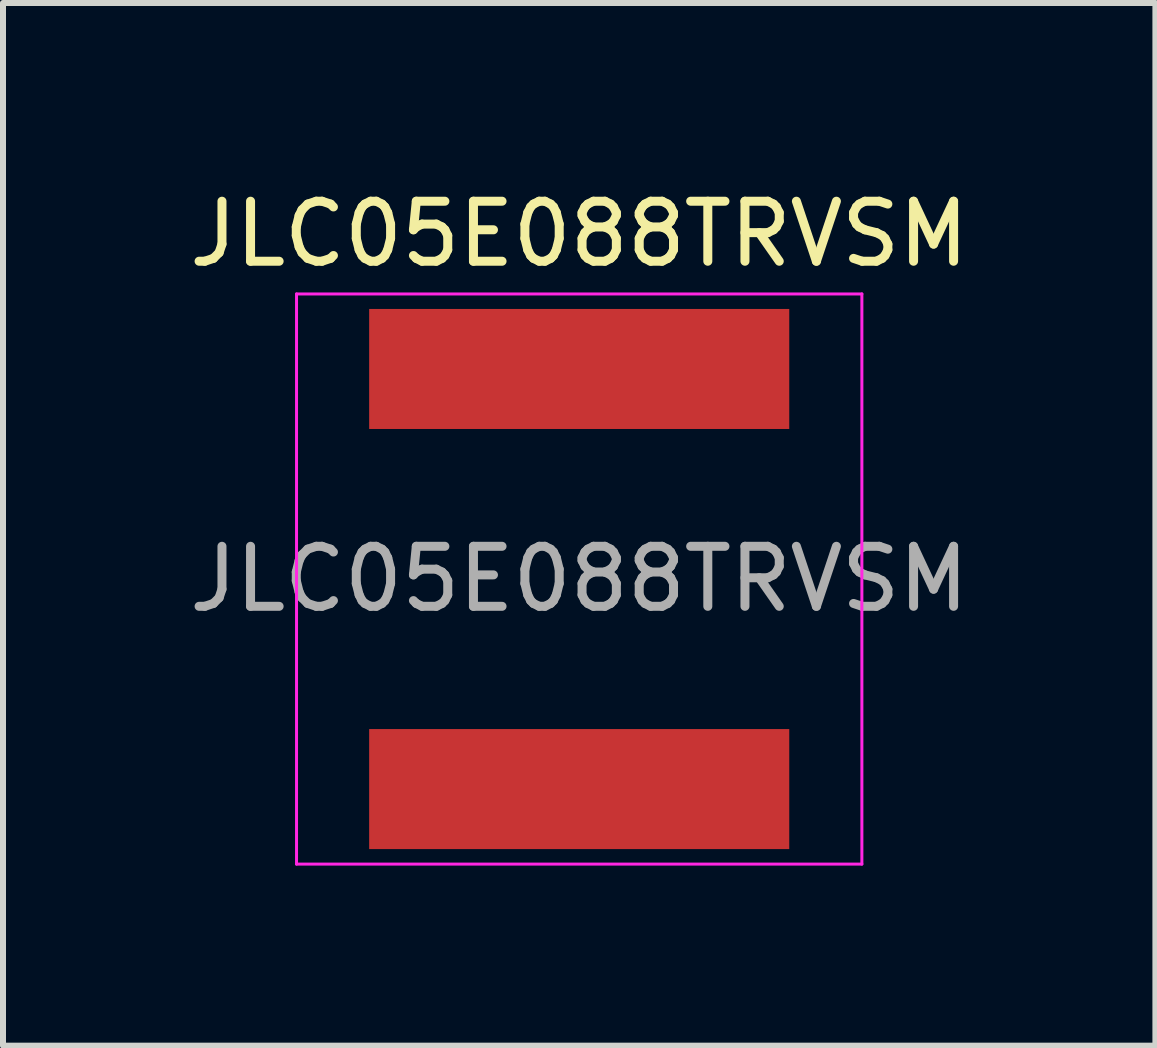
<source format=kicad_pcb>
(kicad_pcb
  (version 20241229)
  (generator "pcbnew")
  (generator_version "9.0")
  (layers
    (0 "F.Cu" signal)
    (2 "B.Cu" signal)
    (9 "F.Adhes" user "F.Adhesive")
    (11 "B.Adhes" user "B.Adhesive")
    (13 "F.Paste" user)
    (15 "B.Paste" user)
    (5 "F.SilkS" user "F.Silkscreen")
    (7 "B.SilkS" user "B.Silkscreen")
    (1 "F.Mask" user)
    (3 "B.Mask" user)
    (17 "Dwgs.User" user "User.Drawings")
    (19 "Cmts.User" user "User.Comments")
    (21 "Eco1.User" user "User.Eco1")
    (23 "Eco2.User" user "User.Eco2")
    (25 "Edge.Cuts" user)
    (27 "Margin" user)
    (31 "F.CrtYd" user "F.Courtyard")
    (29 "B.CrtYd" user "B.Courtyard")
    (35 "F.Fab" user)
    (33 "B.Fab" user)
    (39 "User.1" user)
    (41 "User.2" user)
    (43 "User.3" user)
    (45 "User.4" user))
  (footprint "JLC05E088TRVSM"
    (layer "F.Cu")
    (at 6.601 6.598)
    (property "Reference" "JLC05E088TRVSM" (at 0 -5.75 0) (layer "F.SilkS") (effects (font (size 1 1) (thickness 0.15))))
    (attr smd)
    (fp_line (start -4.71 -4.75) (end 4.71 -4.75) (stroke (width 0.05) (type default)) (layer "F.CrtYd"))
    (fp_line (start -4.71 4.75) (end -4.71 -4.75) (stroke (width 0.05) (type default)) (layer "F.CrtYd"))
    (fp_line (start 4.71 -4.75) (end 4.71 4.75) (stroke (width 0.05) (type default)) (layer "F.CrtYd"))
    (fp_line (start 4.71 4.75) (end -4.71 4.75) (stroke (width 0.05) (type default)) (layer "F.CrtYd"))
    (fp_text user "${REFERENCE}" (at 0 0 0) (layer "F.Fab") (effects (font (size 1 1) (thickness 0.15))))
    (pad "1" smd rect (at 0 -3.5) (size 7 2) (layers "F.Cu" "F.Mask" "F.Paste"))
    (pad "2" smd rect (at 0 3.5) (size 7 2) (layers "F.Cu" "F.Mask" "F.Paste")))
  (gr_rect
    (start -3 -3)
    (end 16.202 14.373)
    (stroke (width 0.1) (type default))
    (fill no)
    (layer "Edge.Cuts")))
</source>
